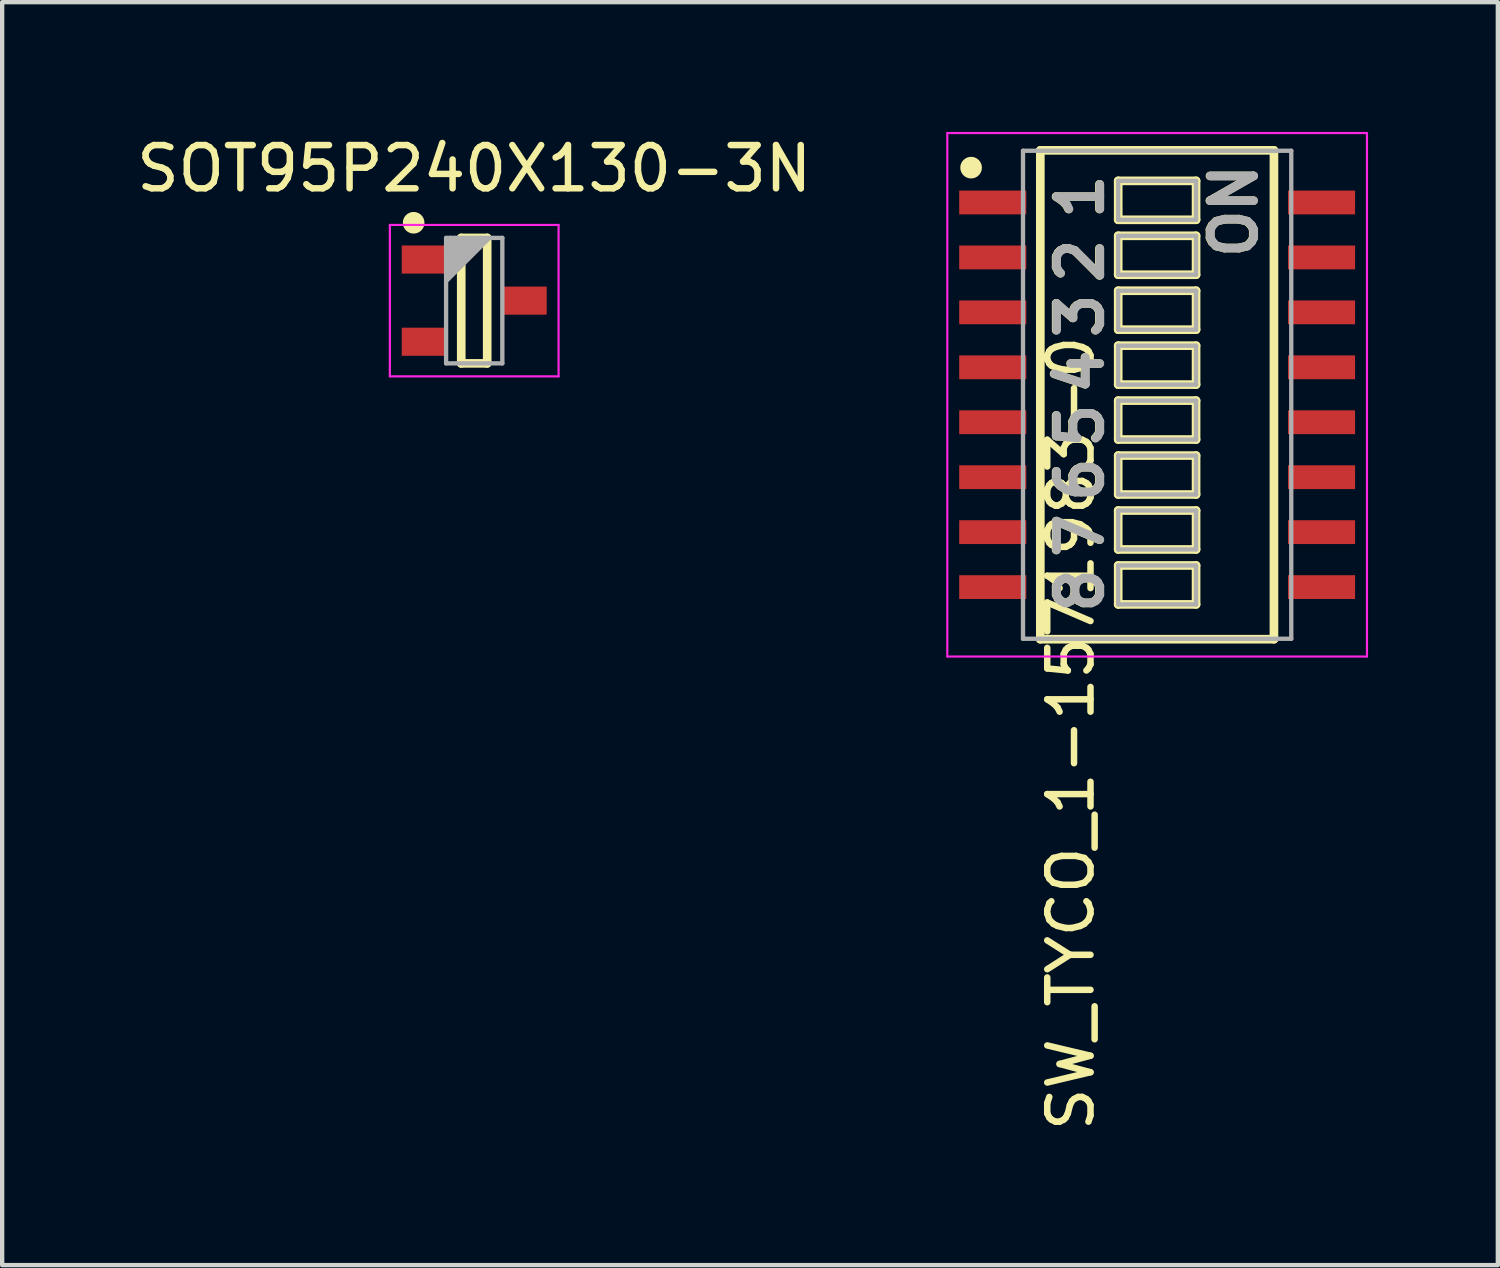
<source format=kicad_pcb>
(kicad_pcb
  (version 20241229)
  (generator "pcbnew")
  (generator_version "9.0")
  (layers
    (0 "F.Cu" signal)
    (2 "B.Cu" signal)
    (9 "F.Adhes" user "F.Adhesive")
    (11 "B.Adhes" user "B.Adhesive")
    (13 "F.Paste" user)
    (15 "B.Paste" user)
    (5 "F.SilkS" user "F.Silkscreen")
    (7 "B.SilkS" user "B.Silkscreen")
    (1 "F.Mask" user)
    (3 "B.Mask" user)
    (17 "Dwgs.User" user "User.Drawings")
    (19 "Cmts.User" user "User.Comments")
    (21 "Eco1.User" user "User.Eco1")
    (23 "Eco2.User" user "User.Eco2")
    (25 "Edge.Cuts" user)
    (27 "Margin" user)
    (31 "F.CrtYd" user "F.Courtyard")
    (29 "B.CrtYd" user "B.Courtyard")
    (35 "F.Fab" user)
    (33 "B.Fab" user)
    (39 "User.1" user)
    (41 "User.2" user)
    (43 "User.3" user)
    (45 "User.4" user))
  (footprint "SOT95P240X130-3N"
    (layer "F.Cu")
    (at 7.911 3.899)
    (property "Reference" "SOT95P240X130-3N" (at 0 -3.051 0) (layer "F.SilkS") (effects (font (size 1 1) (thickness 0.15))))
    (attr smd)
    (fp_line (start -0.3 -1.45) (end 0.3 -1.45) (stroke (width 0.2) (type solid)) (layer "F.SilkS"))
    (fp_line (start -0.3 1.45) (end -0.3 -1.45) (stroke (width 0.2) (type solid)) (layer "F.SilkS"))
    (fp_line (start -0.3 1.45) (end 0.3 1.45) (stroke (width 0.2) (type solid)) (layer "F.SilkS"))
    (fp_line (start 0.3 1.45) (end 0.3 -1.45) (stroke (width 0.2) (type solid)) (layer "F.SilkS"))
    (fp_circle (center -1.4 -1.8) (end -1.275 -1.8) (stroke (width 0.25) (type solid)) (fill no) (layer "F.SilkS"))
    (fp_line (start -1.95 -1.75) (end 1.95 -1.75) (stroke (width 0.05) (type solid)) (layer "F.CrtYd"))
    (fp_line (start -1.95 1.75) (end -1.95 -1.75) (stroke (width 0.05) (type solid)) (layer "F.CrtYd"))
    (fp_line (start -1.95 1.75) (end 1.95 1.75) (stroke (width 0.05) (type solid)) (layer "F.CrtYd"))
    (fp_line (start 1.95 1.75) (end 1.95 -1.75) (stroke (width 0.05) (type solid)) (layer "F.CrtYd"))
    (fp_line (start -0.65 -1.45) (end 0.65 -1.45) (stroke (width 0.1) (type solid)) (layer "F.Fab"))
    (fp_line (start -0.65 -1.35) (end -0.55 -1.45) (stroke (width 0.1) (type solid)) (layer "F.Fab"))
    (fp_line (start -0.65 -1.25) (end -0.45 -1.45) (stroke (width 0.1) (type solid)) (layer "F.Fab"))
    (fp_line (start -0.65 -1.15) (end -0.35 -1.45) (stroke (width 0.1) (type solid)) (layer "F.Fab"))
    (fp_line (start -0.65 -1.05) (end -0.25 -1.45) (stroke (width 0.1) (type solid)) (layer "F.Fab"))
    (fp_line (start -0.65 -0.95) (end -0.15 -1.45) (stroke (width 0.1) (type solid)) (layer "F.Fab"))
    (fp_line (start -0.65 -0.85) (end -0.05 -1.45) (stroke (width 0.1) (type solid)) (layer "F.Fab"))
    (fp_line (start -0.65 -0.75) (end 0.05 -1.45) (stroke (width 0.1) (type solid)) (layer "F.Fab"))
    (fp_line (start -0.65 -0.65) (end 0.15 -1.45) (stroke (width 0.1) (type solid)) (layer "F.Fab"))
    (fp_line (start -0.65 -0.55) (end 0.25 -1.45) (stroke (width 0.1) (type solid)) (layer "F.Fab"))
    (fp_line (start -0.65 -0.45) (end 0.35 -1.45) (stroke (width 0.1) (type solid)) (layer "F.Fab"))
    (fp_line (start -0.65 1.45) (end -0.65 -1.45) (stroke (width 0.1) (type solid)) (layer "F.Fab"))
    (fp_line (start -0.65 1.45) (end 0.65 1.45) (stroke (width 0.1) (type solid)) (layer "F.Fab"))
    (fp_line (start 0.65 1.45) (end 0.65 -1.45) (stroke (width 0.1) (type solid)) (layer "F.Fab"))
    (pad "1" smd rect (at -1.15 -0.95) (size 1.05 0.65) (layers "F.Cu" "F.Mask" "F.Paste"))
    (pad "2" smd rect (at -1.15 0.95) (size 1.05 0.65) (layers "F.Cu" "F.Mask" "F.Paste"))
    (pad "3" smd rect (at 1.15 0) (size 1.05 0.65) (layers "F.Cu" "F.Mask" "F.Paste")))
  (footprint "SW_TYCO_1-1571983-0"
    (layer "F.Cu")
    (at 23.696 6.075)
    (property "Reference" "SW_TYCO_1-1571983-0" (at -1.995 7.825 270) (layer "F.SilkS") (effects (font (size 1 1) (thickness 0.15))))
    (attr smd)
    (fp_line (start -2.7 -5.65) (end 2.7 -5.65) (stroke (width 0.2) (type solid)) (layer "F.SilkS"))
    (fp_line (start -2.7 5.65) (end -2.7 -5.65) (stroke (width 0.2) (type solid)) (layer "F.SilkS"))
    (fp_line (start -2.7 5.65) (end 2.7 5.65) (stroke (width 0.2) (type solid)) (layer "F.SilkS"))
    (fp_line (start -0.9 -4.945) (end 0.9 -4.945) (stroke (width 0.2) (type solid)) (layer "F.SilkS"))
    (fp_line (start -0.9 -4.045) (end -0.9 -4.945) (stroke (width 0.2) (type solid)) (layer "F.SilkS"))
    (fp_line (start -0.9 -4.045) (end 0.9 -4.045) (stroke (width 0.2) (type solid)) (layer "F.SilkS"))
    (fp_line (start -0.9 -3.675) (end 0.9 -3.675) (stroke (width 0.2) (type solid)) (layer "F.SilkS"))
    (fp_line (start -0.9 -2.775) (end -0.9 -3.675) (stroke (width 0.2) (type solid)) (layer "F.SilkS"))
    (fp_line (start -0.9 -2.775) (end 0.9 -2.775) (stroke (width 0.2) (type solid)) (layer "F.SilkS"))
    (fp_line (start -0.9 -2.405) (end 0.9 -2.405) (stroke (width 0.2) (type solid)) (layer "F.SilkS"))
    (fp_line (start -0.9 -1.505) (end -0.9 -2.405) (stroke (width 0.2) (type solid)) (layer "F.SilkS"))
    (fp_line (start -0.9 -1.505) (end 0.9 -1.505) (stroke (width 0.2) (type solid)) (layer "F.SilkS"))
    (fp_line (start -0.9 -1.135) (end 0.9 -1.135) (stroke (width 0.2) (type solid)) (layer "F.SilkS"))
    (fp_line (start -0.9 -0.235) (end -0.9 -1.135) (stroke (width 0.2) (type solid)) (layer "F.SilkS"))
    (fp_line (start -0.9 -0.235) (end 0.9 -0.235) (stroke (width 0.2) (type solid)) (layer "F.SilkS"))
    (fp_line (start -0.9 0.135) (end 0.9 0.135) (stroke (width 0.2) (type solid)) (layer "F.SilkS"))
    (fp_line (start -0.9 1.035) (end -0.9 0.135) (stroke (width 0.2) (type solid)) (layer "F.SilkS"))
    (fp_line (start -0.9 1.035) (end 0.9 1.035) (stroke (width 0.2) (type solid)) (layer "F.SilkS"))
    (fp_line (start -0.9 1.405) (end 0.9 1.405) (stroke (width 0.2) (type solid)) (layer "F.SilkS"))
    (fp_line (start -0.9 2.305) (end -0.9 1.405) (stroke (width 0.2) (type solid)) (layer "F.SilkS"))
    (fp_line (start -0.9 2.305) (end 0.9 2.305) (stroke (width 0.2) (type solid)) (layer "F.SilkS"))
    (fp_line (start -0.9 2.675) (end 0.9 2.675) (stroke (width 0.2) (type solid)) (layer "F.SilkS"))
    (fp_line (start -0.9 3.575) (end -0.9 2.675) (stroke (width 0.2) (type solid)) (layer "F.SilkS"))
    (fp_line (start -0.9 3.575) (end 0.9 3.575) (stroke (width 0.2) (type solid)) (layer "F.SilkS"))
    (fp_line (start -0.9 3.945) (end 0.9 3.945) (stroke (width 0.2) (type solid)) (layer "F.SilkS"))
    (fp_line (start -0.9 4.845) (end -0.9 3.945) (stroke (width 0.2) (type solid)) (layer "F.SilkS"))
    (fp_line (start -0.9 4.845) (end 0.9 4.845) (stroke (width 0.2) (type solid)) (layer "F.SilkS"))
    (fp_line (start 0.9 -4.045) (end 0.9 -4.945) (stroke (width 0.2) (type solid)) (layer "F.SilkS"))
    (fp_line (start 0.9 -2.775) (end 0.9 -3.675) (stroke (width 0.2) (type solid)) (layer "F.SilkS"))
    (fp_line (start 0.9 -1.505) (end 0.9 -2.405) (stroke (width 0.2) (type solid)) (layer "F.SilkS"))
    (fp_line (start 0.9 -0.235) (end 0.9 -1.135) (stroke (width 0.2) (type solid)) (layer "F.SilkS"))
    (fp_line (start 0.9 1.035) (end 0.9 0.135) (stroke (width 0.2) (type solid)) (layer "F.SilkS"))
    (fp_line (start 0.9 2.305) (end 0.9 1.405) (stroke (width 0.2) (type solid)) (layer "F.SilkS"))
    (fp_line (start 0.9 3.575) (end 0.9 2.675) (stroke (width 0.2) (type solid)) (layer "F.SilkS"))
    (fp_line (start 0.9 4.845) (end 0.9 3.945) (stroke (width 0.2) (type solid)) (layer "F.SilkS"))
    (fp_line (start 2.7 5.65) (end 2.7 -5.65) (stroke (width 0.2) (type solid)) (layer "F.SilkS"))
    (fp_circle (center -4.3 -5.25) (end -4.175 -5.25) (stroke (width 0.25) (type solid)) (fill no) (layer "F.SilkS"))
    (fp_line (start -4.85 -6.05) (end 4.85 -6.05) (stroke (width 0.05) (type solid)) (layer "F.CrtYd"))
    (fp_line (start -4.85 6.05) (end -4.85 -6.05) (stroke (width 0.05) (type solid)) (layer "F.CrtYd"))
    (fp_line (start -4.85 6.05) (end 4.85 6.05) (stroke (width 0.05) (type solid)) (layer "F.CrtYd"))
    (fp_line (start 4.85 6.05) (end 4.85 -6.05) (stroke (width 0.05) (type solid)) (layer "F.CrtYd"))
    (fp_line (start -3.1 -5.64) (end 3.1 -5.64) (stroke (width 0.1) (type solid)) (layer "F.Fab"))
    (fp_line (start -3.1 5.64) (end -3.1 -5.64) (stroke (width 0.1) (type solid)) (layer "F.Fab"))
    (fp_line (start -3.1 5.64) (end 3.1 5.64) (stroke (width 0.1) (type solid)) (layer "F.Fab"))
    (fp_line (start -0.9 -4.945) (end 0.9 -4.945) (stroke (width 0.1) (type solid)) (layer "F.Fab"))
    (fp_line (start -0.9 -4.045) (end -0.9 -4.945) (stroke (width 0.1) (type solid)) (layer "F.Fab"))
    (fp_line (start -0.9 -4.045) (end 0.9 -4.045) (stroke (width 0.1) (type solid)) (layer "F.Fab"))
    (fp_line (start -0.9 -3.675) (end 0.9 -3.675) (stroke (width 0.1) (type solid)) (layer "F.Fab"))
    (fp_line (start -0.9 -2.775) (end -0.9 -3.675) (stroke (width 0.1) (type solid)) (layer "F.Fab"))
    (fp_line (start -0.9 -2.775) (end 0.9 -2.775) (stroke (width 0.1) (type solid)) (layer "F.Fab"))
    (fp_line (start -0.9 -2.405) (end 0.9 -2.405) (stroke (width 0.1) (type solid)) (layer "F.Fab"))
    (fp_line (start -0.9 -1.505) (end -0.9 -2.405) (stroke (width 0.1) (type solid)) (layer "F.Fab"))
    (fp_line (start -0.9 -1.505) (end 0.9 -1.505) (stroke (width 0.1) (type solid)) (layer "F.Fab"))
    (fp_line (start -0.9 -1.135) (end 0.9 -1.135) (stroke (width 0.1) (type solid)) (layer "F.Fab"))
    (fp_line (start -0.9 -0.235) (end -0.9 -1.135) (stroke (width 0.1) (type solid)) (layer "F.Fab"))
    (fp_line (start -0.9 -0.235) (end 0.9 -0.235) (stroke (width 0.1) (type solid)) (layer "F.Fab"))
    (fp_line (start -0.9 0.135) (end 0.9 0.135) (stroke (width 0.1) (type solid)) (layer "F.Fab"))
    (fp_line (start -0.9 1.035) (end -0.9 0.135) (stroke (width 0.1) (type solid)) (layer "F.Fab"))
    (fp_line (start -0.9 1.035) (end 0.9 1.035) (stroke (width 0.1) (type solid)) (layer "F.Fab"))
    (fp_line (start -0.9 1.405) (end 0.9 1.405) (stroke (width 0.1) (type solid)) (layer "F.Fab"))
    (fp_line (start -0.9 2.305) (end -0.9 1.405) (stroke (width 0.1) (type solid)) (layer "F.Fab"))
    (fp_line (start -0.9 2.305) (end 0.9 2.305) (stroke (width 0.1) (type solid)) (layer "F.Fab"))
    (fp_line (start -0.9 2.675) (end 0.9 2.675) (stroke (width 0.1) (type solid)) (layer "F.Fab"))
    (fp_line (start -0.9 3.575) (end -0.9 2.675) (stroke (width 0.1) (type solid)) (layer "F.Fab"))
    (fp_line (start -0.9 3.575) (end 0.9 3.575) (stroke (width 0.1) (type solid)) (layer "F.Fab"))
    (fp_line (start -0.9 3.945) (end 0.9 3.945) (stroke (width 0.1) (type solid)) (layer "F.Fab"))
    (fp_line (start -0.9 4.845) (end -0.9 3.945) (stroke (width 0.1) (type solid)) (layer "F.Fab"))
    (fp_line (start -0.9 4.845) (end 0.9 4.845) (stroke (width 0.1) (type solid)) (layer "F.Fab"))
    (fp_line (start 0.9 -4.045) (end 0.9 -4.945) (stroke (width 0.1) (type solid)) (layer "F.Fab"))
    (fp_line (start 0.9 -2.775) (end 0.9 -3.675) (stroke (width 0.1) (type solid)) (layer "F.Fab"))
    (fp_line (start 0.9 -1.505) (end 0.9 -2.405) (stroke (width 0.1) (type solid)) (layer "F.Fab"))
    (fp_line (start 0.9 -0.235) (end 0.9 -1.135) (stroke (width 0.1) (type solid)) (layer "F.Fab"))
    (fp_line (start 0.9 1.035) (end 0.9 0.135) (stroke (width 0.1) (type solid)) (layer "F.Fab"))
    (fp_line (start 0.9 2.305) (end 0.9 1.405) (stroke (width 0.1) (type solid)) (layer "F.Fab"))
    (fp_line (start 0.9 3.575) (end 0.9 2.675) (stroke (width 0.1) (type solid)) (layer "F.Fab"))
    (fp_line (start 0.9 4.845) (end 0.9 3.945) (stroke (width 0.1) (type solid)) (layer "F.Fab"))
    (fp_line (start 3.1 5.64) (end 3.1 -5.64) (stroke (width 0.1) (type solid)) (layer "F.Fab"))
    (fp_text user "4" (at -1.786 -0.532 270) (layer "F.SilkS") (effects (font (size 1 1) (thickness 0.2))))
    (fp_text user "2" (at -1.786 -3.096 270) (layer "F.SilkS") (effects (font (size 1 1) (thickness 0.2))))
    (fp_text user "5" (at -1.786 0.714 270) (layer "F.SilkS") (effects (font (size 1 1) (thickness 0.2))))
    (fp_text user "7" (at -1.786 3.254 270) (layer "F.SilkS") (effects (font (size 1 1) (thickness 0.2))))
    (fp_text user "ON" (at 1.77 -4.249 270) (layer "F.SilkS") (effects (font (size 1 1) (thickness 0.2))))
    (fp_text user "8" (at -1.786 4.524 270) (layer "F.SilkS") (effects (font (size 1 1) (thickness 0.2))))
    (fp_text user "1" (at -1.786 -4.58 270) (layer "F.SilkS") (effects (font (size 1 1) (thickness 0.2))))
    (fp_text user "3" (at -1.786 -1.826 270) (layer "F.SilkS") (effects (font (size 1 1) (thickness 0.2))))
    (fp_text user "6" (at -1.786 1.96 270) (layer "F.SilkS") (effects (font (size 1 1) (thickness 0.2))))
    (fp_text user "4" (at -1.776 -0.532 270) (layer "F.Fab") (effects (font (size 1 1) (thickness 0.2))))
    (fp_text user "5" (at -1.776 0.714 270) (layer "F.Fab") (effects (font (size 1 1) (thickness 0.2))))
    (fp_text user "6" (at -1.776 1.96 270) (layer "F.Fab") (effects (font (size 1 1) (thickness 0.2))))
    (fp_text user "7" (at -1.776 3.254 270) (layer "F.Fab") (effects (font (size 1 1) (thickness 0.2))))
    (fp_text user "3" (at -1.776 -1.826 270) (layer "F.Fab") (effects (font (size 1 1) (thickness 0.2))))
    (fp_text user "2" (at -1.776 -3.096 270) (layer "F.Fab") (effects (font (size 1 1) (thickness 0.2))))
    (fp_text user "ON" (at 1.78 -4.249 270) (layer "F.Fab") (effects (font (size 1 1) (thickness 0.2))))
    (fp_text user "8" (at -1.776 4.524 270) (layer "F.Fab") (effects (font (size 1 1) (thickness 0.2))))
    (fp_text user "1" (at -1.776 -4.58 270) (layer "F.Fab") (effects (font (size 1 1) (thickness 0.2))))
    (pad "1" smd rect (at -3.8 -4.445) (size 1.55 0.55) (layers "F.Cu" "F.Mask" "F.Paste"))
    (pad "2" smd rect (at -3.8 -3.175) (size 1.55 0.55) (layers "F.Cu" "F.Mask" "F.Paste"))
    (pad "3" smd rect (at -3.8 -1.905) (size 1.55 0.55) (layers "F.Cu" "F.Mask" "F.Paste"))
    (pad "4" smd rect (at -3.8 -0.635) (size 1.55 0.55) (layers "F.Cu" "F.Mask" "F.Paste"))
    (pad "5" smd rect (at -3.8 0.635) (size 1.55 0.55) (layers "F.Cu" "F.Mask" "F.Paste"))
    (pad "6" smd rect (at -3.8 1.905) (size 1.55 0.55) (layers "F.Cu" "F.Mask" "F.Paste"))
    (pad "7" smd rect (at -3.8 3.175) (size 1.55 0.55) (layers "F.Cu" "F.Mask" "F.Paste"))
    (pad "8" smd rect (at -3.8 4.445) (size 1.55 0.55) (layers "F.Cu" "F.Mask" "F.Paste"))
    (pad "9" smd rect (at 3.8 4.445) (size 1.55 0.55) (layers "F.Cu" "F.Mask" "F.Paste"))
    (pad "10" smd rect (at 3.8 3.175) (size 1.55 0.55) (layers "F.Cu" "F.Mask" "F.Paste"))
    (pad "11" smd rect (at 3.8 1.905) (size 1.55 0.55) (layers "F.Cu" "F.Mask" "F.Paste"))
    (pad "12" smd rect (at 3.8 0.635) (size 1.55 0.55) (layers "F.Cu" "F.Mask" "F.Paste"))
    (pad "13" smd rect (at 3.8 -0.635) (size 1.55 0.55) (layers "F.Cu" "F.Mask" "F.Paste"))
    (pad "14" smd rect (at 3.8 -1.905) (size 1.55 0.55) (layers "F.Cu" "F.Mask" "F.Paste"))
    (pad "15" smd rect (at 3.8 -3.175) (size 1.55 0.55) (layers "F.Cu" "F.Mask" "F.Paste"))
    (pad "16" smd rect (at 3.8 -4.445) (size 1.55 0.55) (layers "F.Cu" "F.Mask" "F.Paste")))
  (gr_rect
    (start -3 -3)
    (end 31.571 26.192)
    (stroke (width 0.1) (type default))
    (fill no)
    (layer "Edge.Cuts")))
</source>
